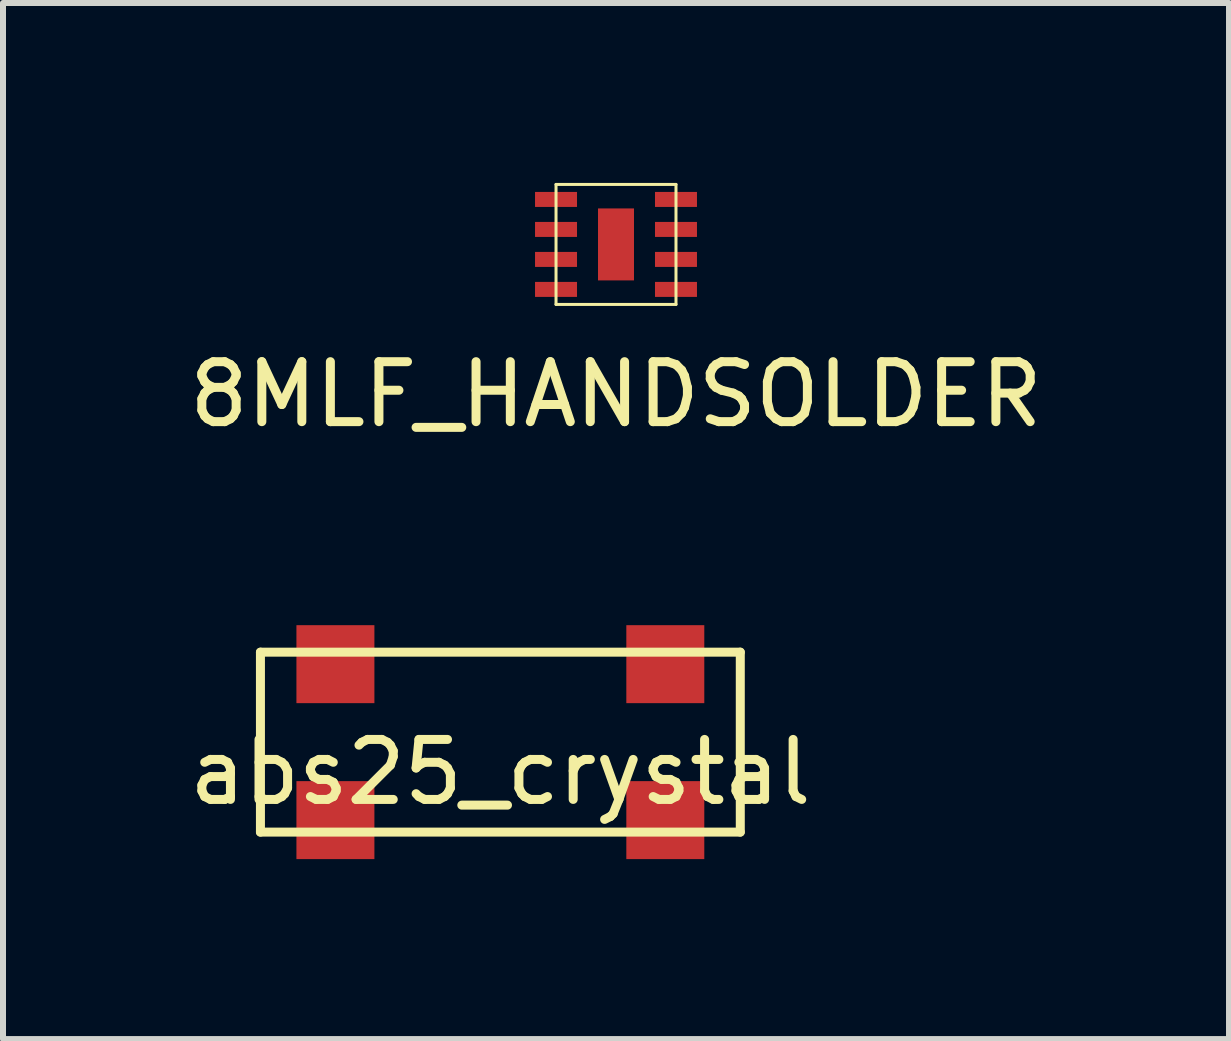
<source format=kicad_pcb>
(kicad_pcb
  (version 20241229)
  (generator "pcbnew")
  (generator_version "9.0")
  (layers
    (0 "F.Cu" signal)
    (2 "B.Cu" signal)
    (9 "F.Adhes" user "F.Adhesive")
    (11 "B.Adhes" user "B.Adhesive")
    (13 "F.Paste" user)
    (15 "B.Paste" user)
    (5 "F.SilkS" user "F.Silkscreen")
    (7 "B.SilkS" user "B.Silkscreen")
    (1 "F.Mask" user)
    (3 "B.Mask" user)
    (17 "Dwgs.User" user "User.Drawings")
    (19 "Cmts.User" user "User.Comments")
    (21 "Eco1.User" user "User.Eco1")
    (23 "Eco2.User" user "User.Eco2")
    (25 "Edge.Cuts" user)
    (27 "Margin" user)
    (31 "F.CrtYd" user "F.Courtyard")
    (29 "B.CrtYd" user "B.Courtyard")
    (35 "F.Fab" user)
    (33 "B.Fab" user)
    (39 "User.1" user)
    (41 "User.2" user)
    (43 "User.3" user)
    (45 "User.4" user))
  (footprint "abs25_crystal"
    (layer "F.Cu")
    (at 5.292 9.323)
    (property "Reference" "abs25_crystal" (at 0 0.5 0) (layer "F.SilkS") (effects (font (size 1 1) (thickness 0.15))))
    (attr through_hole)
    (fp_line (start -4 -1.5) (end 4 -1.5) (stroke (width 0.15) (type solid)) (layer "F.SilkS"))
    (fp_line (start -4 1.5) (end -4 -1.5) (stroke (width 0.15) (type solid)) (layer "F.SilkS"))
    (fp_line (start 4 -1.5) (end 4 1.5) (stroke (width 0.15) (type solid)) (layer "F.SilkS"))
    (fp_line (start 4 1.5) (end -4 1.5) (stroke (width 0.15) (type solid)) (layer "F.SilkS"))
    (pad "1" smd rect (at -2.75 1.3) (size 1.3 1.3) (layers "F.Cu" "F.Mask" "F.Paste"))
    (pad "2" smd rect (at -2.75 -1.3) (size 1.3 1.3) (layers "F.Cu" "F.Mask" "F.Paste"))
    (pad "3" smd rect (at 2.75 -1.3) (size 1.3 1.3) (layers "F.Cu" "F.Mask" "F.Paste"))
    (pad "4" smd rect (at 2.75 1.3) (size 1.3 1.3) (layers "F.Cu" "F.Mask" "F.Paste")))
  (footprint "8MLF_HANDSOLDER"
    (layer "F.Cu")
    (at 7.22 1.025)
    (property "Reference" "8MLF_HANDSOLDER" (at 0 2.5 0) (layer "F.SilkS") (effects (font (size 1 1) (thickness 0.15))))
    (attr through_hole)
    (fp_line (start -1 -1) (end 1 -1) (stroke (width 0.05) (type solid)) (layer "F.SilkS"))
    (fp_line (start -1 1) (end -1 -1) (stroke (width 0.05) (type solid)) (layer "F.SilkS"))
    (fp_line (start 1 -1) (end 1 1) (stroke (width 0.05) (type solid)) (layer "F.SilkS"))
    (fp_line (start 1 1) (end -1 1) (stroke (width 0.05) (type solid)) (layer "F.SilkS"))
    (pad "1" smd rect (at -1 -0.75) (size 0.7 0.25) (layers "F.Cu" "F.Mask" "F.Paste"))
    (pad "2" smd rect (at -1 -0.25) (size 0.7 0.25) (layers "F.Cu" "F.Mask" "F.Paste"))
    (pad "3" smd rect (at -1 0.25) (size 0.7 0.25) (layers "F.Cu" "F.Mask" "F.Paste"))
    (pad "4" smd rect (at -1 0.75) (size 0.7 0.25) (layers "F.Cu" "F.Mask" "F.Paste"))
    (pad "5" smd rect (at 1 0.75) (size 0.7 0.25) (layers "F.Cu" "F.Mask" "F.Paste"))
    (pad "6" smd rect (at 1 0.25) (size 0.7 0.25) (layers "F.Cu" "F.Mask" "F.Paste"))
    (pad "7" smd rect (at 1 -0.25) (size 0.7 0.25) (layers "F.Cu" "F.Mask" "F.Paste"))
    (pad "8" smd rect (at 1 -0.75) (size 0.7 0.25) (layers "F.Cu" "F.Mask" "F.Paste"))
    (pad "9" smd rect (at 0 0) (size 0.6 1.2) (layers "F.Cu" "F.Mask" "F.Paste")))
  (gr_rect
    (start -3 -3)
    (end 17.44 14.273)
    (stroke (width 0.1) (type default))
    (fill no)
    (layer "Edge.Cuts")))
</source>
